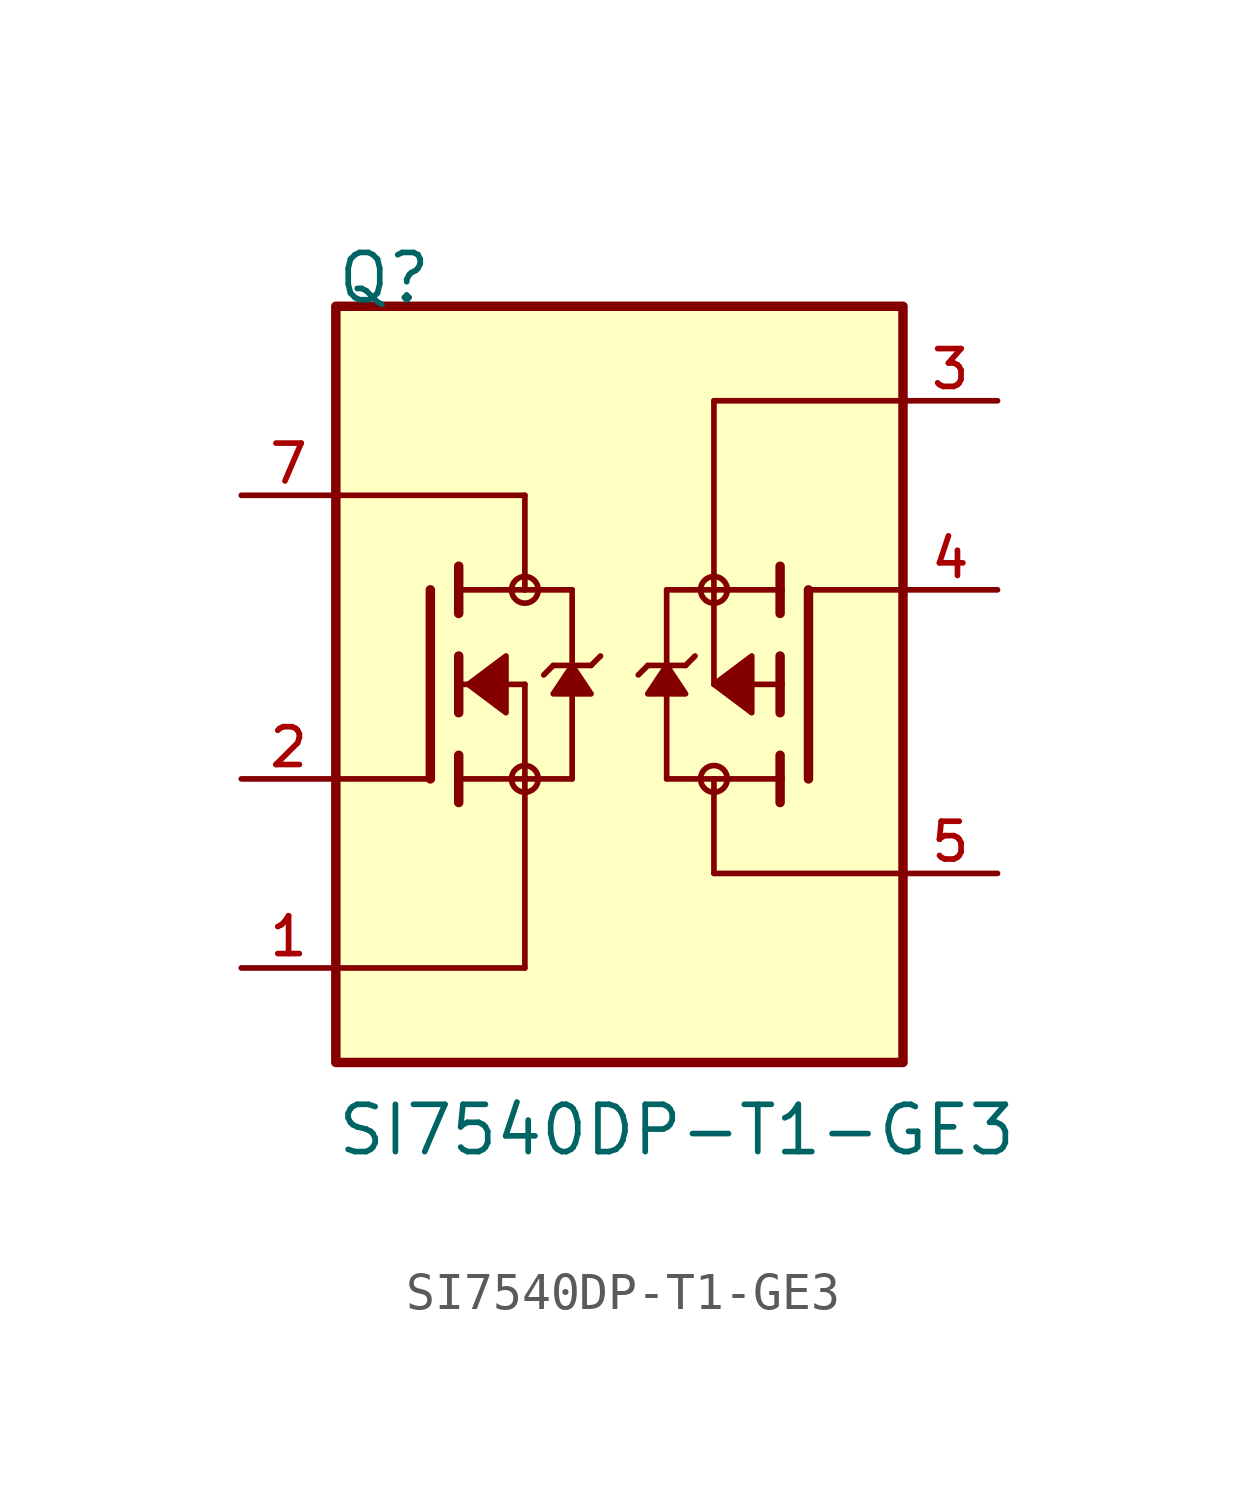
<source format=kicad_sym>
(kicad_symbol_lib
  (version 20211014)
  (generator kicad_symbol_editor)
  (symbol "SI7540DP-T1-GE3"
    (pin_names
      (offset 1.016))
    (property "Reference" "Q"
      (at -7.629 10.172 0)
      (effects (font (size 1.27 1.27)) (justify bottom left)))
    (property "Value" "SI7540DP-T1-GE3"
      (at -7.631 -12.718 0)
      (effects (font (size 1.27 1.27)) (justify bottom left)))
    (symbol "SI7540DP-T1-GE3_0_0"
      (polyline (pts (xy -4.318 0.762) (xy -4.318 0.0)) (stroke (width 0.254)))
      (polyline (pts (xy -4.318 0.0) (xy -4.318 -0.762)) (stroke (width 0.254)))
      (polyline (pts (xy -4.318 3.175) (xy -4.318 2.54)) (stroke (width 0.254)))
      (polyline (pts (xy -4.318 2.54) (xy -4.318 1.905)) (stroke (width 0.254)))
      (polyline (pts (xy -4.318 0.0) (xy -2.54 0.0)) (stroke (width 0.152)))
      (polyline (pts (xy -2.54 0.0) (xy -2.54 -2.54)) (stroke (width 0.152)))
      (polyline (pts (xy -4.318 -1.905) (xy -4.318 -2.54)) (stroke (width 0.254)))
      (polyline (pts (xy -4.318 -2.54) (xy -4.318 -3.175)) (stroke (width 0.254)))
      (polyline (pts (xy -5.08 2.54) (xy -5.08 -2.54)) (stroke (width 0.254)))
      (polyline (pts (xy -2.54 -2.54) (xy -4.318 -2.54)) (stroke (width 0.152)))
      (polyline (pts (xy -1.27 2.54) (xy -1.27 0.508)) (stroke (width 0.152)))
      (polyline (pts (xy -1.27 0.508) (xy -1.27 -2.54)) (stroke (width 0.152)))
      (polyline (pts (xy -2.54 -2.54) (xy -1.27 -2.54)) (stroke (width 0.152)))
      (polyline (pts (xy -4.318 2.54) (xy -2.54 2.54)) (stroke (width 0.152)))
      (polyline (pts (xy -2.54 2.54) (xy -1.27 2.54)) (stroke (width 0.152)))
      (polyline (pts (xy -0.508 0.762) (xy -0.762 0.508)) (stroke (width 0.152)))
      (polyline (pts (xy -0.762 0.508) (xy -1.27 0.508)) (stroke (width 0.152)))
      (polyline (pts (xy -1.27 0.508) (xy -1.778 0.508)) (stroke (width 0.152)))
      (polyline (pts (xy -1.778 0.508) (xy -2.032 0.254)) (stroke (width 0.152)))
      (circle (center -2.54 -2.54) (radius 0.359) (stroke (width 0.0)) (fill (type none)))
      (circle (center -2.54 2.54) (radius 0.359) (stroke (width 0.0)) (fill (type none)))
      (polyline (pts (xy -1.27 0.508) (xy -1.778 -0.254) (xy -0.762 -0.254) (xy -1.27 0.508)) (stroke (width 0.152)) (fill (type outline)))
      (polyline (pts (xy -4.064 0.0) (xy -3.048 0.762) (xy -3.048 -0.762) (xy -4.064 0.0)) (stroke (width 0.152)) (fill (type outline)))
      (polyline (pts (xy 4.318 -0.762) (xy 4.318 0.0)) (stroke (width 0.254)))
      (polyline (pts (xy 4.318 0.0) (xy 4.318 0.762)) (stroke (width 0.254)))
      (polyline (pts (xy 4.318 -3.175) (xy 4.318 -2.54)) (stroke (width 0.254)))
      (polyline (pts (xy 4.318 -2.54) (xy 4.318 -1.905)) (stroke (width 0.254)))
      (polyline (pts (xy 4.318 0.0) (xy 2.54 0.0)) (stroke (width 0.152)))
      (polyline (pts (xy 2.54 0.0) (xy 2.54 2.54)) (stroke (width 0.152)))
      (polyline (pts (xy 4.318 1.905) (xy 4.318 2.54)) (stroke (width 0.254)))
      (polyline (pts (xy 4.318 2.54) (xy 4.318 3.175)) (stroke (width 0.254)))
      (polyline (pts (xy 5.08 -2.54) (xy 5.08 2.54)) (stroke (width 0.254)))
      (polyline (pts (xy 2.54 2.54) (xy 4.318 2.54)) (stroke (width 0.152)))
      (polyline (pts (xy 1.27 -2.54) (xy 1.27 0.508)) (stroke (width 0.152)))
      (polyline (pts (xy 1.27 0.508) (xy 1.27 2.54)) (stroke (width 0.152)))
      (polyline (pts (xy 2.54 2.54) (xy 1.27 2.54)) (stroke (width 0.152)))
      (polyline (pts (xy 4.318 -2.54) (xy 2.54 -2.54)) (stroke (width 0.152)))
      (polyline (pts (xy 2.54 -2.54) (xy 1.27 -2.54)) (stroke (width 0.152)))
      (polyline (pts (xy 2.032 0.762) (xy 1.778 0.508)) (stroke (width 0.152)))
      (polyline (pts (xy 1.778 0.508) (xy 1.27 0.508)) (stroke (width 0.152)))
      (polyline (pts (xy 1.27 0.508) (xy 0.762 0.508)) (stroke (width 0.152)))
      (polyline (pts (xy 0.762 0.508) (xy 0.508 0.254)) (stroke (width 0.152)))
      (circle (center 2.54 2.54) (radius 0.359) (stroke (width 0.0)) (fill (type none)))
      (circle (center 2.54 -2.54) (radius 0.359) (stroke (width 0.0)) (fill (type none)))
      (polyline (pts (xy 1.27 0.508) (xy 0.762 -0.254) (xy 1.778 -0.254) (xy 1.27 0.508)) (stroke (width 0.152)) (fill (type outline)))
      (polyline (pts (xy 2.54 0.0) (xy 3.556 0.762) (xy 3.556 -0.762) (xy 2.54 0.0)) (stroke (width 0.152)) (fill (type outline)))
      (polyline (pts (xy -2.54 2.54) (xy -2.54 5.08)) (stroke (width 0.152)))
      (polyline (pts (xy -2.54 5.08) (xy -7.62 5.08)) (stroke (width 0.152)))
      (polyline (pts (xy -7.62 -2.54) (xy -5.08 -2.54)) (stroke (width 0.152)))
      (polyline (pts (xy -7.62 -7.62) (xy -2.54 -7.62)) (stroke (width 0.152)))
      (polyline (pts (xy -2.54 -7.62) (xy -2.54 -2.54)) (stroke (width 0.152)))
      (polyline (pts (xy 7.62 2.54) (xy 5.08 2.54)) (stroke (width 0.152)))
      (polyline (pts (xy 2.54 2.54) (xy 2.54 7.62)) (stroke (width 0.152)))
      (polyline (pts (xy 2.54 7.62) (xy 7.62 7.62)) (stroke (width 0.152)))
      (polyline (pts (xy 2.54 -2.54) (xy 2.54 -5.08)) (stroke (width 0.152)))
      (polyline (pts (xy 2.54 -5.08) (xy 7.62 -5.08)) (stroke (width 0.152)))
      (rectangle (start -7.62 -10.16) (end 7.62 10.16) (stroke (width 0.254)) (fill (type background)))
      (pin passive line (at -10.16 5.08 0) (length 2.54) (name "~" (effects (font (size 1.016 1.016)))) (number "7" (effects (font (size 1.016 1.016)))))
      (pin passive line (at -10.16 5.08 0) (length 2.54) hide (name "~" (effects (font (size 1.016 1.016)))) (number "8" (effects (font (size 1.016 1.016)))))
      (pin passive line (at -10.16 5.08 0) (length 2.54) hide (name "~" (effects (font (size 1.016 1.016)))) (number "9" (effects (font (size 1.016 1.016)))))
      (pin passive line (at -10.16 -2.54 0) (length 2.54) (name "~" (effects (font (size 1.016 1.016)))) (number "2" (effects (font (size 1.016 1.016)))))
      (pin passive line (at -10.16 -7.62 0) (length 2.54) (name "~" (effects (font (size 1.016 1.016)))) (number "1" (effects (font (size 1.016 1.016)))))
      (pin passive line (at 10.16 7.62 180.0) (length 2.54) (name "~" (effects (font (size 1.016 1.016)))) (number "3" (effects (font (size 1.016 1.016)))))
      (pin passive line (at 10.16 2.54 180.0) (length 2.54) (name "~" (effects (font (size 1.016 1.016)))) (number "4" (effects (font (size 1.016 1.016)))))
      (pin passive line (at 10.16 -5.08 180.0) (length 2.54) (name "~" (effects (font (size 1.016 1.016)))) (number "5" (effects (font (size 1.016 1.016)))))
      (pin passive line (at 10.16 -5.08 180.0) (length 2.54) hide (name "~" (effects (font (size 1.016 1.016)))) (number "6" (effects (font (size 1.016 1.016)))))
      (pin passive line (at 10.16 -5.08 180.0) (length 2.54) hide (name "~" (effects (font (size 1.016 1.016)))) (number "10" (effects (font (size 1.016 1.016))))))))
</source>
